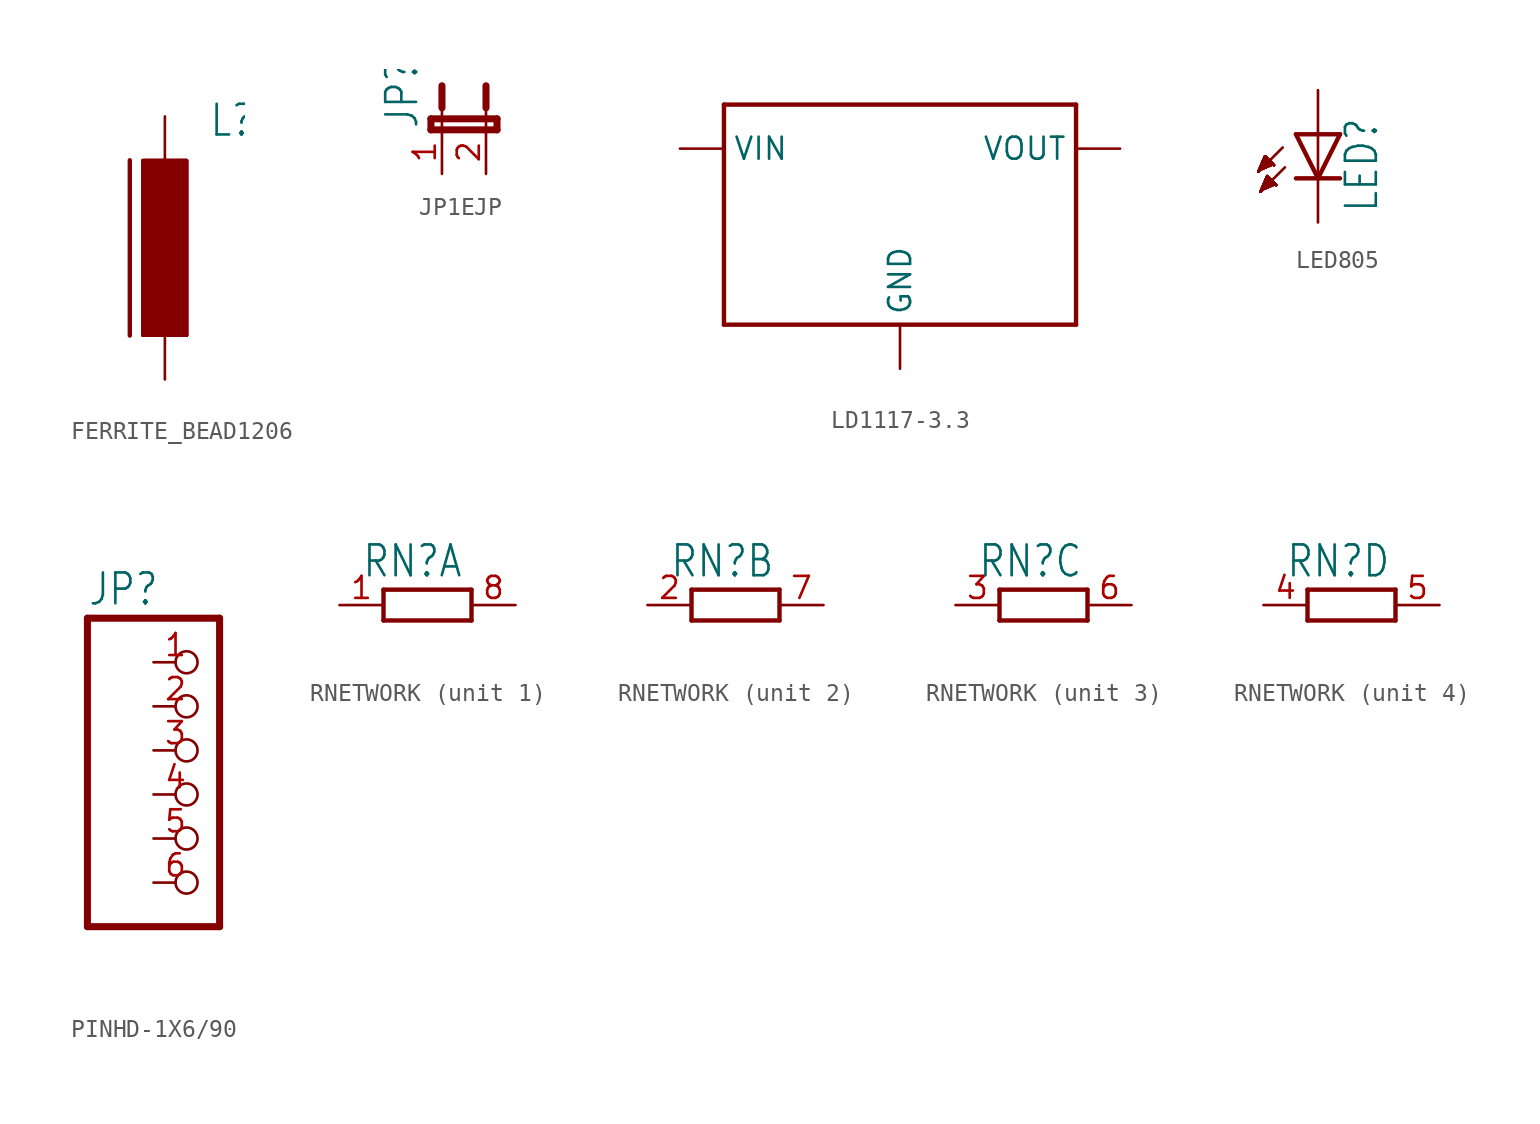
<source format=kicad_sym>
(kicad_symbol_lib
  (version 20220914)
  (generator kicad_symbol_editor)
  (symbol "FERRITE_BEAD1206"
    (property "Reference" "L"
      (at 2.54 6.35 0)
      (effects (font (size 1.778 1.511)) (justify left bottom)))
    (property "Value" ""
      (at 2.54 -6.35 0)
      (effects (font (size 1.778 1.511)) (justify left bottom)))
    (property "ki_locked" ""
      (at 0 0 0)
      (effects (font (size 1.27 1.27))))
    (symbol "FERRITE_BEAD1206_1_0"
      (rectangle (start -1.27 -5.08) (end 1.27 5.08) (stroke (width 0) (type default)) (fill (type outline)))
      (rectangle (start -1.27 -5.08) (end 1.27 5.08) (stroke (width 0) (type default)) (fill (type outline)))
      (rectangle (start -1.27 -5.08) (end 1.27 5.08) (stroke (width 0) (type default)) (fill (type outline)))
      (rectangle (start -1.27 -5.08) (end 1.27 5.08) (stroke (width 0) (type default)) (fill (type outline)))
      (rectangle (start -1.27 -5.08) (end 1.27 5.08) (stroke (width 0) (type default)) (fill (type outline)))
      (rectangle (start -1.27 -5.08) (end 1.27 5.08) (stroke (width 0) (type default)) (fill (type outline)))
      (rectangle (start -1.27 -5.08) (end 1.27 5.08) (stroke (width 0) (type default)) (fill (type outline)))
      (rectangle (start -1.27 -5.08) (end 1.27 5.08) (stroke (width 0) (type default)) (fill (type outline)))
      (rectangle (start -1.27 -5.08) (end 1.27 5.08) (stroke (width 0) (type default)) (fill (type outline)))
      (rectangle (start -1.27 -5.08) (end 1.27 5.08) (stroke (width 0) (type default)) (fill (type outline)))
      (rectangle (start -1.27 -5.08) (end 1.27 5.08) (stroke (width 0) (type default)) (fill (type outline)))
      (polyline (pts (xy -2.032 -5.08) (xy -2.032 5.08)) (stroke (width 0.254) (type solid)) (fill (type none)))
      (pin passive line (at 0 7.62 270) (length 2.54) (name "1" (effects (font (size 0 0)))) (number "1" (effects (font (size 0 0)))))
      (pin passive line (at 0 -7.62 90) (length 2.54) (name "2" (effects (font (size 0 0)))) (number "2" (effects (font (size 0 0)))))))
  (symbol "JP1EJP"
    (property "Reference" "JP"
      (at -1.27 0 90)
      (effects (font (size 1.778 1.511)) (justify left bottom)))
    (property "Value" ""
      (at 5.715 0 90)
      (effects (font (size 1.778 1.511)) (justify left bottom)))
    (property "ki_locked" ""
      (at 0 0 0)
      (effects (font (size 1.27 1.27))))
    (symbol "JP1EJP_1_0"
      (polyline (pts (xy -0.635 0) (xy 3.175 0)) (stroke (width 0.406) (type solid)) (fill (type none)))
      (polyline (pts (xy -0.635 0.635) (xy -0.635 0)) (stroke (width 0.406) (type solid)) (fill (type none)))
      (polyline (pts (xy 0 0) (xy 0 1.27)) (stroke (width 0.152) (type solid)) (fill (type none)))
      (polyline (pts (xy 0 2.54) (xy 0 1.27)) (stroke (width 0.406) (type solid)) (fill (type none)))
      (polyline (pts (xy 2.54 0) (xy 2.54 1.27)) (stroke (width 0.152) (type solid)) (fill (type none)))
      (polyline (pts (xy 2.54 2.54) (xy 2.54 1.27)) (stroke (width 0.406) (type solid)) (fill (type none)))
      (polyline (pts (xy 3.175 0) (xy 3.175 0.635)) (stroke (width 0.406) (type solid)) (fill (type none)))
      (polyline (pts (xy 3.175 0.635) (xy -0.635 0.635)) (stroke (width 0.406) (type solid)) (fill (type none)))
      (pin passive line (at 0 -2.54 90) (length 2.54) (name "1" (effects (font (size 0 0)))) (number "1" (effects (font (size 1.27 1.27)))))
      (pin passive line (at 2.54 -2.54 90) (length 2.54) (name "2" (effects (font (size 0 0)))) (number "2" (effects (font (size 1.27 1.27)))))))
  (symbol "LD1117-3.3"
    (property "Reference" ""
      (at -10.16 12.7 0)
      (effects (font (size 1.422 1.209)) (justify left bottom) hide))
    (property "Value" ""
      (at -10.16 10.16 0)
      (effects (font (size 1.422 1.209)) (justify left bottom)))
    (property "ki_locked" ""
      (at 0 0 0)
      (effects (font (size 1.27 1.27))))
    (symbol "LD1117-3.3_1_0"
      (polyline (pts (xy -10.16 -2.54) (xy -10.16 10.16)) (stroke (width 0.254) (type solid)) (fill (type none)))
      (polyline (pts (xy -10.16 10.16) (xy 10.16 10.16)) (stroke (width 0.254) (type solid)) (fill (type none)))
      (polyline (pts (xy 10.16 -2.54) (xy -10.16 -2.54)) (stroke (width 0.254) (type solid)) (fill (type none)))
      (polyline (pts (xy 10.16 10.16) (xy 10.16 -2.54)) (stroke (width 0.254) (type solid)) (fill (type none)))
      (pin bidirectional line (at 0 -5.08 90) (length 2.54) (name "GND" (effects (font (size 1.27 1.27)))) (number "1" (effects (font (size 0 0)))))
      (pin bidirectional line (at 12.7 7.62 180) (length 2.54) (name "VOUT" (effects (font (size 1.27 1.27)))) (number "2" (effects (font (size 0 0)))))
      (pin bidirectional line (at -12.7 7.62 0) (length 2.54) (name "VIN" (effects (font (size 1.27 1.27)))) (number "3" (effects (font (size 0 0)))))))
  (symbol "LED805"
    (property "Reference" "LED"
      (at 3.556 -4.572 90)
      (effects (font (size 1.778 1.511)) (justify left bottom)))
    (property "Value" ""
      (at 5.715 -4.572 90)
      (effects (font (size 1.778 1.511)) (justify left bottom)))
    (property "ki_locked" ""
      (at 0 0 0)
      (effects (font (size 1.27 1.27))))
    (symbol "LED805_1_0"
      (polyline (pts (xy -2.032 -0.762) (xy -3.429 -2.159)) (stroke (width 0.152) (type solid)) (fill (type none)))
      (polyline (pts (xy -1.905 -1.905) (xy -3.302 -3.302)) (stroke (width 0.152) (type solid)) (fill (type none)))
      (polyline (pts (xy 0 -2.54) (xy -1.27 -2.54)) (stroke (width 0.254) (type solid)) (fill (type none)))
      (polyline (pts (xy 0 -2.54) (xy -1.27 0)) (stroke (width 0.254) (type solid)) (fill (type none)))
      (polyline (pts (xy 0 0) (xy -1.27 0)) (stroke (width 0.254) (type solid)) (fill (type none)))
      (polyline (pts (xy 0 0) (xy 0 -2.54)) (stroke (width 0.152) (type solid)) (fill (type none)))
      (polyline (pts (xy 1.27 -2.54) (xy 0 -2.54)) (stroke (width 0.254) (type solid)) (fill (type none)))
      (polyline (pts (xy 1.27 0) (xy 0 -2.54)) (stroke (width 0.254) (type solid)) (fill (type none)))
      (polyline (pts (xy 1.27 0) (xy 0 0)) (stroke (width 0.254) (type solid)) (fill (type none)))
      (polyline (pts (xy -3.429 -2.159) (xy -3.048 -1.27) (xy -2.54 -1.778)) (stroke (width 0.152) (type solid)) (fill (type outline)))
      (polyline (pts (xy -3.429 -2.159) (xy -3.048 -1.27) (xy -2.54 -1.778)) (stroke (width 0.152) (type solid)) (fill (type outline)))
      (polyline (pts (xy -3.429 -2.159) (xy -3.048 -1.27) (xy -2.54 -1.778)) (stroke (width 0.152) (type solid)) (fill (type outline)))
      (polyline (pts (xy -3.429 -2.159) (xy -3.048 -1.27) (xy -2.54 -1.778)) (stroke (width 0.152) (type solid)) (fill (type outline)))
      (polyline (pts (xy -3.429 -2.159) (xy -3.048 -1.27) (xy -2.54 -1.778)) (stroke (width 0.152) (type solid)) (fill (type outline)))
      (polyline (pts (xy -3.429 -2.159) (xy -3.048 -1.27) (xy -2.54 -1.778)) (stroke (width 0.152) (type solid)) (fill (type outline)))
      (polyline (pts (xy -3.429 -2.159) (xy -3.048 -1.27) (xy -2.54 -1.778)) (stroke (width 0.152) (type solid)) (fill (type outline)))
      (polyline (pts (xy -3.429 -2.159) (xy -3.048 -1.27) (xy -2.54 -1.778)) (stroke (width 0.152) (type solid)) (fill (type outline)))
      (polyline (pts (xy -3.429 -2.159) (xy -3.048 -1.27) (xy -2.54 -1.778)) (stroke (width 0.152) (type solid)) (fill (type outline)))
      (polyline (pts (xy -3.429 -2.159) (xy -3.048 -1.27) (xy -2.54 -1.778)) (stroke (width 0.152) (type solid)) (fill (type outline)))
      (polyline (pts (xy -3.429 -2.159) (xy -3.048 -1.27) (xy -2.54 -1.778)) (stroke (width 0.152) (type solid)) (fill (type outline)))
      (polyline (pts (xy -3.302 -3.302) (xy -2.921 -2.413) (xy -2.413 -2.921)) (stroke (width 0.152) (type solid)) (fill (type outline)))
      (polyline (pts (xy -3.302 -3.302) (xy -2.921 -2.413) (xy -2.413 -2.921)) (stroke (width 0.152) (type solid)) (fill (type outline)))
      (polyline (pts (xy -3.302 -3.302) (xy -2.921 -2.413) (xy -2.413 -2.921)) (stroke (width 0.152) (type solid)) (fill (type outline)))
      (polyline (pts (xy -3.302 -3.302) (xy -2.921 -2.413) (xy -2.413 -2.921)) (stroke (width 0.152) (type solid)) (fill (type outline)))
      (polyline (pts (xy -3.302 -3.302) (xy -2.921 -2.413) (xy -2.413 -2.921)) (stroke (width 0.152) (type solid)) (fill (type outline)))
      (polyline (pts (xy -3.302 -3.302) (xy -2.921 -2.413) (xy -2.413 -2.921)) (stroke (width 0.152) (type solid)) (fill (type outline)))
      (polyline (pts (xy -3.302 -3.302) (xy -2.921 -2.413) (xy -2.413 -2.921)) (stroke (width 0.152) (type solid)) (fill (type outline)))
      (polyline (pts (xy -3.302 -3.302) (xy -2.921 -2.413) (xy -2.413 -2.921)) (stroke (width 0.152) (type solid)) (fill (type outline)))
      (polyline (pts (xy -3.302 -3.302) (xy -2.921 -2.413) (xy -2.413 -2.921)) (stroke (width 0.152) (type solid)) (fill (type outline)))
      (polyline (pts (xy -3.302 -3.302) (xy -2.921 -2.413) (xy -2.413 -2.921)) (stroke (width 0.152) (type solid)) (fill (type outline)))
      (polyline (pts (xy -3.302 -3.302) (xy -2.921 -2.413) (xy -2.413 -2.921)) (stroke (width 0.152) (type solid)) (fill (type outline)))
      (pin passive line (at 0 2.54 270) (length 2.54) (name "A" (effects (font (size 0 0)))) (number "A" (effects (font (size 0 0)))))
      (pin passive line (at 0 -5.08 90) (length 2.54) (name "C" (effects (font (size 0 0)))) (number "C" (effects (font (size 0 0)))))))
  (symbol "PINHD-1X6/90"
    (property "Reference" "JP"
      (at -6.35 10.795 0)
      (effects (font (size 1.778 1.511)) (justify left bottom)))
    (property "Value" ""
      (at -6.35 -10.16 0)
      (effects (font (size 1.778 1.511)) (justify left bottom)))
    (property "ki_locked" ""
      (at 0 0 0)
      (effects (font (size 1.27 1.27))))
    (symbol "PINHD-1X6/90_1_0"
      (polyline (pts (xy -6.35 -7.62) (xy 1.27 -7.62)) (stroke (width 0.406) (type solid)) (fill (type none)))
      (polyline (pts (xy -6.35 10.16) (xy -6.35 -7.62)) (stroke (width 0.406) (type solid)) (fill (type none)))
      (polyline (pts (xy 1.27 -7.62) (xy 1.27 10.16)) (stroke (width 0.406) (type solid)) (fill (type none)))
      (polyline (pts (xy 1.27 10.16) (xy -6.35 10.16)) (stroke (width 0.406) (type solid)) (fill (type none)))
      (pin passive inverted (at -2.54 7.62 0) (length 2.54) (name "1" (effects (font (size 0 0)))) (number "1" (effects (font (size 1.27 1.27)))))
      (pin passive inverted (at -2.54 5.08 0) (length 2.54) (name "2" (effects (font (size 0 0)))) (number "2" (effects (font (size 1.27 1.27)))))
      (pin passive inverted (at -2.54 2.54 0) (length 2.54) (name "3" (effects (font (size 0 0)))) (number "3" (effects (font (size 1.27 1.27)))))
      (pin passive inverted (at -2.54 0 0) (length 2.54) (name "4" (effects (font (size 0 0)))) (number "4" (effects (font (size 1.27 1.27)))))
      (pin passive inverted (at -2.54 -2.54 0) (length 2.54) (name "5" (effects (font (size 0 0)))) (number "5" (effects (font (size 1.27 1.27)))))
      (pin passive inverted (at -2.54 -5.08 0) (length 2.54) (name "6" (effects (font (size 0 0)))) (number "6" (effects (font (size 1.27 1.27)))))))
  (symbol "RNETWORK"
    (property "Reference" "RN"
      (at -3.81 1.499 0)
      (effects (font (size 1.778 1.511)) (justify left bottom)))
    (property "Value" ""
      (at -3.81 -3.302 0)
      (effects (font (size 1.778 1.511)) (justify left bottom)))
    (property "ki_locked" ""
      (at 0 0 0)
      (effects (font (size 1.27 1.27))))
    (symbol "RNETWORK_1_0"
      (polyline (pts (xy -2.54 -0.889) (xy -2.54 0.889)) (stroke (width 0.254) (type solid)) (fill (type none)))
      (polyline (pts (xy -2.54 -0.889) (xy 2.54 -0.889)) (stroke (width 0.254) (type solid)) (fill (type none)))
      (polyline (pts (xy 2.54 -0.889) (xy 2.54 0.889)) (stroke (width 0.254) (type solid)) (fill (type none)))
      (polyline (pts (xy 2.54 0.889) (xy -2.54 0.889)) (stroke (width 0.254) (type solid)) (fill (type none)))
      (pin passive line (at -5.08 0 0) (length 2.54) (name "1" (effects (font (size 0 0)))) (number "1" (effects (font (size 1.27 1.27)))))
      (pin passive line (at 5.08 0 180) (length 2.54) (name "2" (effects (font (size 0 0)))) (number "8" (effects (font (size 1.27 1.27))))))
    (symbol "RNETWORK_2_0"
      (polyline (pts (xy -2.54 -0.889) (xy -2.54 0.889)) (stroke (width 0.254) (type solid)) (fill (type none)))
      (polyline (pts (xy -2.54 -0.889) (xy 2.54 -0.889)) (stroke (width 0.254) (type solid)) (fill (type none)))
      (polyline (pts (xy 2.54 -0.889) (xy 2.54 0.889)) (stroke (width 0.254) (type solid)) (fill (type none)))
      (polyline (pts (xy 2.54 0.889) (xy -2.54 0.889)) (stroke (width 0.254) (type solid)) (fill (type none)))
      (pin passive line (at -5.08 0 0) (length 2.54) (name "1" (effects (font (size 0 0)))) (number "2" (effects (font (size 1.27 1.27)))))
      (pin passive line (at 5.08 0 180) (length 2.54) (name "2" (effects (font (size 0 0)))) (number "7" (effects (font (size 1.27 1.27))))))
    (symbol "RNETWORK_3_0"
      (polyline (pts (xy -2.54 -0.889) (xy -2.54 0.889)) (stroke (width 0.254) (type solid)) (fill (type none)))
      (polyline (pts (xy -2.54 -0.889) (xy 2.54 -0.889)) (stroke (width 0.254) (type solid)) (fill (type none)))
      (polyline (pts (xy 2.54 -0.889) (xy 2.54 0.889)) (stroke (width 0.254) (type solid)) (fill (type none)))
      (polyline (pts (xy 2.54 0.889) (xy -2.54 0.889)) (stroke (width 0.254) (type solid)) (fill (type none)))
      (pin passive line (at -5.08 0 0) (length 2.54) (name "1" (effects (font (size 0 0)))) (number "3" (effects (font (size 1.27 1.27)))))
      (pin passive line (at 5.08 0 180) (length 2.54) (name "2" (effects (font (size 0 0)))) (number "6" (effects (font (size 1.27 1.27))))))
    (symbol "RNETWORK_4_0"
      (polyline (pts (xy -2.54 -0.889) (xy -2.54 0.889)) (stroke (width 0.254) (type solid)) (fill (type none)))
      (polyline (pts (xy -2.54 -0.889) (xy 2.54 -0.889)) (stroke (width 0.254) (type solid)) (fill (type none)))
      (polyline (pts (xy 2.54 -0.889) (xy 2.54 0.889)) (stroke (width 0.254) (type solid)) (fill (type none)))
      (polyline (pts (xy 2.54 0.889) (xy -2.54 0.889)) (stroke (width 0.254) (type solid)) (fill (type none)))
      (pin passive line (at -5.08 0 0) (length 2.54) (name "1" (effects (font (size 0 0)))) (number "4" (effects (font (size 1.27 1.27)))))
      (pin passive line (at 5.08 0 180) (length 2.54) (name "2" (effects (font (size 0 0)))) (number "5" (effects (font (size 1.27 1.27))))))))
</source>
